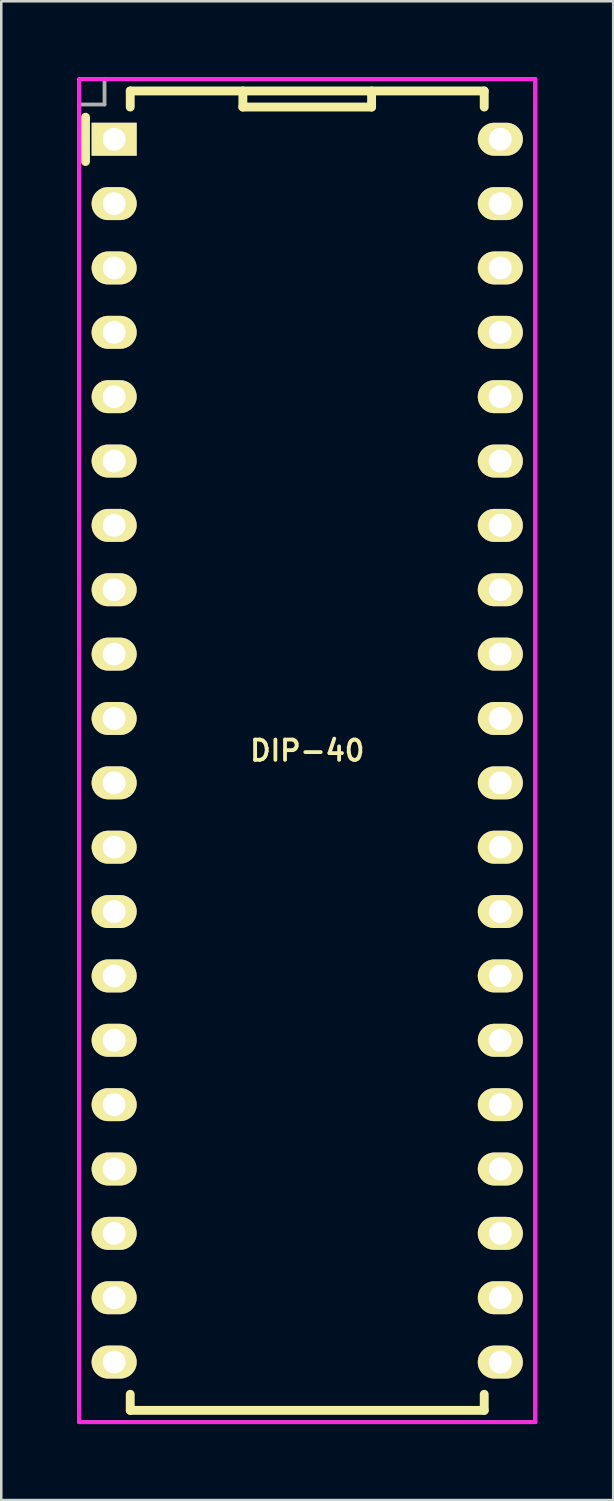
<source format=kicad_pcb>
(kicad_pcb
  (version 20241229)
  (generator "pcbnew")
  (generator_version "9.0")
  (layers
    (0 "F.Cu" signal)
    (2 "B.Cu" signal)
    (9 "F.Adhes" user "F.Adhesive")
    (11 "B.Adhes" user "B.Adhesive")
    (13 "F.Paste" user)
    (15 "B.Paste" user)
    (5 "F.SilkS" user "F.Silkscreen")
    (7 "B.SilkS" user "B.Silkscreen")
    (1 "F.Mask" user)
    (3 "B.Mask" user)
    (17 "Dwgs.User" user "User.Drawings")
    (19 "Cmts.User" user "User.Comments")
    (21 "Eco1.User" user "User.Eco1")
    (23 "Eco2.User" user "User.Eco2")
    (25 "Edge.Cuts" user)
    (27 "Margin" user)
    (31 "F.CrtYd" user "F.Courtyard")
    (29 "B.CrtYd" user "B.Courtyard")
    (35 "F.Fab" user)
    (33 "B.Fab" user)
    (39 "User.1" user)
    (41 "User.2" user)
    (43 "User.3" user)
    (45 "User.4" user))
  (footprint "DIP-40"
    (layer "F.Cu")
    (at 9.075 26.575)
    (property "Reference" "DIP-40" (at 0 0 0) (layer "F.SilkS") (effects (font (size 0.8 0.8) (thickness 0.15))))
    (attr through_hole)
    (fp_line (start -8.75 -25) (end -8.75 -23.25) (stroke (width 0.35) (type solid)) (layer "F.SilkS"))
    (fp_line (start -6.985 -26.035) (end 6.985 -26.035) (stroke (width 0.35) (type solid)) (layer "F.SilkS"))
    (fp_line (start -6.985 -25.4) (end -6.985 -26.035) (stroke (width 0.35) (type solid)) (layer "F.SilkS"))
    (fp_line (start -6.985 25.4) (end -6.985 26.035) (stroke (width 0.35) (type solid)) (layer "F.SilkS"))
    (fp_line (start -6.985 26.035) (end 6.985 26.035) (stroke (width 0.35) (type solid)) (layer "F.SilkS"))
    (fp_line (start -2.54 -26.035) (end -2.54 -25.4) (stroke (width 0.35) (type solid)) (layer "F.SilkS"))
    (fp_line (start -2.54 -25.4) (end 2.54 -25.4) (stroke (width 0.35) (type solid)) (layer "F.SilkS"))
    (fp_line (start 2.54 -25.4) (end 2.54 -26.035) (stroke (width 0.35) (type solid)) (layer "F.SilkS"))
    (fp_line (start 6.985 -26.035) (end 6.985 -25.4) (stroke (width 0.35) (type solid)) (layer "F.SilkS"))
    (fp_line (start 6.985 26.035) (end 6.985 25.4) (stroke (width 0.35) (type solid)) (layer "F.SilkS"))
    (fp_line (start -9 -26.5) (end 9 -26.5) (stroke (width 0.15) (type solid)) (layer "F.CrtYd"))
    (fp_line (start -9 26.5) (end -9 -26.5) (stroke (width 0.15) (type solid)) (layer "F.CrtYd"))
    (fp_line (start 9 -26.5) (end 9 26.5) (stroke (width 0.15) (type solid)) (layer "F.CrtYd"))
    (fp_line (start 9 26.5) (end -9 26.5) (stroke (width 0.15) (type solid)) (layer "F.CrtYd"))
    (fp_line (start -9 -26.5) (end 9 -26.5) (stroke (width 0.15) (type solid)) (layer "F.Fab"))
    (fp_line (start -9 -25.5) (end -8 -25.5) (stroke (width 0.15) (type solid)) (layer "F.Fab"))
    (fp_line (start -9 26.5) (end -9 -26.5) (stroke (width 0.15) (type solid)) (layer "F.Fab"))
    (fp_line (start -8 -25.5) (end -8 -26.5) (stroke (width 0.15) (type solid)) (layer "F.Fab"))
    (fp_line (start 9 -26.5) (end 9 26.5) (stroke (width 0.15) (type solid)) (layer "F.Fab"))
    (fp_line (start 9 26.5) (end -9 26.5) (stroke (width 0.15) (type solid)) (layer "F.Fab"))
    (pad "1" thru_hole rect (at -7.62 -24.13) (size 1.778 1.3) (drill 0.9) (layers "*.Cu" "*.Mask" "F.SilkS"))
    (pad "2" thru_hole oval (at -7.62 -21.59) (size 1.778 1.3) (drill 0.9) (layers "*.Cu" "*.Mask" "F.SilkS"))
    (pad "3" thru_hole oval (at -7.62 -19.05) (size 1.778 1.3) (drill 0.9) (layers "*.Cu" "*.Mask" "F.SilkS"))
    (pad "4" thru_hole oval (at -7.62 -16.51) (size 1.778 1.3) (drill 0.9) (layers "*.Cu" "*.Mask" "F.SilkS"))
    (pad "5" thru_hole oval (at -7.62 -13.97) (size 1.778 1.3) (drill 0.9) (layers "*.Cu" "*.Mask" "F.SilkS"))
    (pad "6" thru_hole oval (at -7.62 -11.43) (size 1.778 1.3) (drill 0.9) (layers "*.Cu" "*.Mask" "F.SilkS"))
    (pad "7" thru_hole oval (at -7.62 -8.89) (size 1.778 1.3) (drill 0.9) (layers "*.Cu" "*.Mask" "F.SilkS"))
    (pad "8" thru_hole oval (at -7.62 -6.35) (size 1.778 1.3) (drill 0.9) (layers "*.Cu" "*.Mask" "F.SilkS"))
    (pad "9" thru_hole oval (at -7.62 -3.81) (size 1.778 1.3) (drill 0.9) (layers "*.Cu" "*.Mask" "F.SilkS"))
    (pad "10" thru_hole oval (at -7.62 -1.27) (size 1.778 1.3) (drill 0.9) (layers "*.Cu" "*.Mask" "F.SilkS"))
    (pad "11" thru_hole oval (at -7.62 1.27) (size 1.778 1.3) (drill 0.9) (layers "*.Cu" "*.Mask" "F.SilkS"))
    (pad "12" thru_hole oval (at -7.62 3.81) (size 1.778 1.3) (drill 0.9) (layers "*.Cu" "*.Mask" "F.SilkS"))
    (pad "13" thru_hole oval (at -7.62 6.35) (size 1.778 1.3) (drill 0.9) (layers "*.Cu" "*.Mask" "F.SilkS"))
    (pad "14" thru_hole oval (at -7.62 8.89) (size 1.778 1.3) (drill 0.9) (layers "*.Cu" "*.Mask" "F.SilkS"))
    (pad "15" thru_hole oval (at -7.62 11.43) (size 1.778 1.3) (drill 0.9) (layers "*.Cu" "*.Mask" "F.SilkS"))
    (pad "16" thru_hole oval (at -7.62 13.97) (size 1.778 1.3) (drill 0.9) (layers "*.Cu" "*.Mask" "F.SilkS"))
    (pad "17" thru_hole oval (at -7.62 16.51) (size 1.778 1.3) (drill 0.9) (layers "*.Cu" "*.Mask" "F.SilkS"))
    (pad "18" thru_hole oval (at -7.62 19.05) (size 1.778 1.3) (drill 0.9) (layers "*.Cu" "*.Mask" "F.SilkS"))
    (pad "19" thru_hole oval (at -7.62 21.59) (size 1.778 1.3) (drill 0.9) (layers "*.Cu" "*.Mask" "F.SilkS"))
    (pad "20" thru_hole oval (at -7.62 24.13) (size 1.778 1.3) (drill 0.9) (layers "*.Cu" "*.Mask" "F.SilkS"))
    (pad "21" thru_hole oval (at 7.62 24.13) (size 1.778 1.3) (drill 0.9) (layers "*.Cu" "*.Mask" "F.SilkS"))
    (pad "22" thru_hole oval (at 7.62 21.59) (size 1.778 1.3) (drill 0.9) (layers "*.Cu" "*.Mask" "F.SilkS"))
    (pad "23" thru_hole oval (at 7.62 19.05) (size 1.778 1.3) (drill 0.9) (layers "*.Cu" "*.Mask" "F.SilkS"))
    (pad "24" thru_hole oval (at 7.62 16.51) (size 1.778 1.3) (drill 0.9) (layers "*.Cu" "*.Mask" "F.SilkS"))
    (pad "25" thru_hole oval (at 7.62 13.97) (size 1.778 1.3) (drill 0.9) (layers "*.Cu" "*.Mask" "F.SilkS"))
    (pad "26" thru_hole oval (at 7.62 11.43) (size 1.778 1.3) (drill 0.9) (layers "*.Cu" "*.Mask" "F.SilkS"))
    (pad "27" thru_hole oval (at 7.62 8.89) (size 1.778 1.3) (drill 0.9) (layers "*.Cu" "*.Mask" "F.SilkS"))
    (pad "28" thru_hole oval (at 7.62 6.35) (size 1.778 1.3) (drill 0.9) (layers "*.Cu" "*.Mask" "F.SilkS"))
    (pad "29" thru_hole oval (at 7.62 3.81) (size 1.778 1.3) (drill 0.9) (layers "*.Cu" "*.Mask" "F.SilkS"))
    (pad "30" thru_hole oval (at 7.62 1.27) (size 1.778 1.3) (drill 0.9) (layers "*.Cu" "*.Mask" "F.SilkS"))
    (pad "31" thru_hole oval (at 7.62 -1.27) (size 1.778 1.3) (drill 0.9) (layers "*.Cu" "*.Mask" "F.SilkS"))
    (pad "32" thru_hole oval (at 7.62 -3.81) (size 1.778 1.3) (drill 0.9) (layers "*.Cu" "*.Mask" "F.SilkS"))
    (pad "33" thru_hole oval (at 7.62 -6.35) (size 1.778 1.3) (drill 0.9) (layers "*.Cu" "*.Mask" "F.SilkS"))
    (pad "34" thru_hole oval (at 7.62 -8.89) (size 1.778 1.3) (drill 0.9) (layers "*.Cu" "*.Mask" "F.SilkS"))
    (pad "35" thru_hole oval (at 7.62 -11.43) (size 1.778 1.3) (drill 0.9) (layers "*.Cu" "*.Mask" "F.SilkS"))
    (pad "36" thru_hole oval (at 7.62 -13.97) (size 1.778 1.3) (drill 0.9) (layers "*.Cu" "*.Mask" "F.SilkS"))
    (pad "37" thru_hole oval (at 7.62 -16.51) (size 1.778 1.3) (drill 0.9) (layers "*.Cu" "*.Mask" "F.SilkS"))
    (pad "38" thru_hole oval (at 7.62 -19.05) (size 1.778 1.3) (drill 0.9) (layers "*.Cu" "*.Mask" "F.SilkS"))
    (pad "39" thru_hole oval (at 7.62 -21.59) (size 1.778 1.3) (drill 0.9) (layers "*.Cu" "*.Mask" "F.SilkS"))
    (pad "40" thru_hole oval (at 7.62 -24.13) (size 1.778 1.3) (drill 0.9) (layers "*.Cu" "*.Mask" "F.SilkS")))
  (gr_rect
    (start -3 -3)
    (end 21.15 56.15)
    (stroke (width 0.1) (type default))
    (fill no)
    (layer "Edge.Cuts")))
</source>
